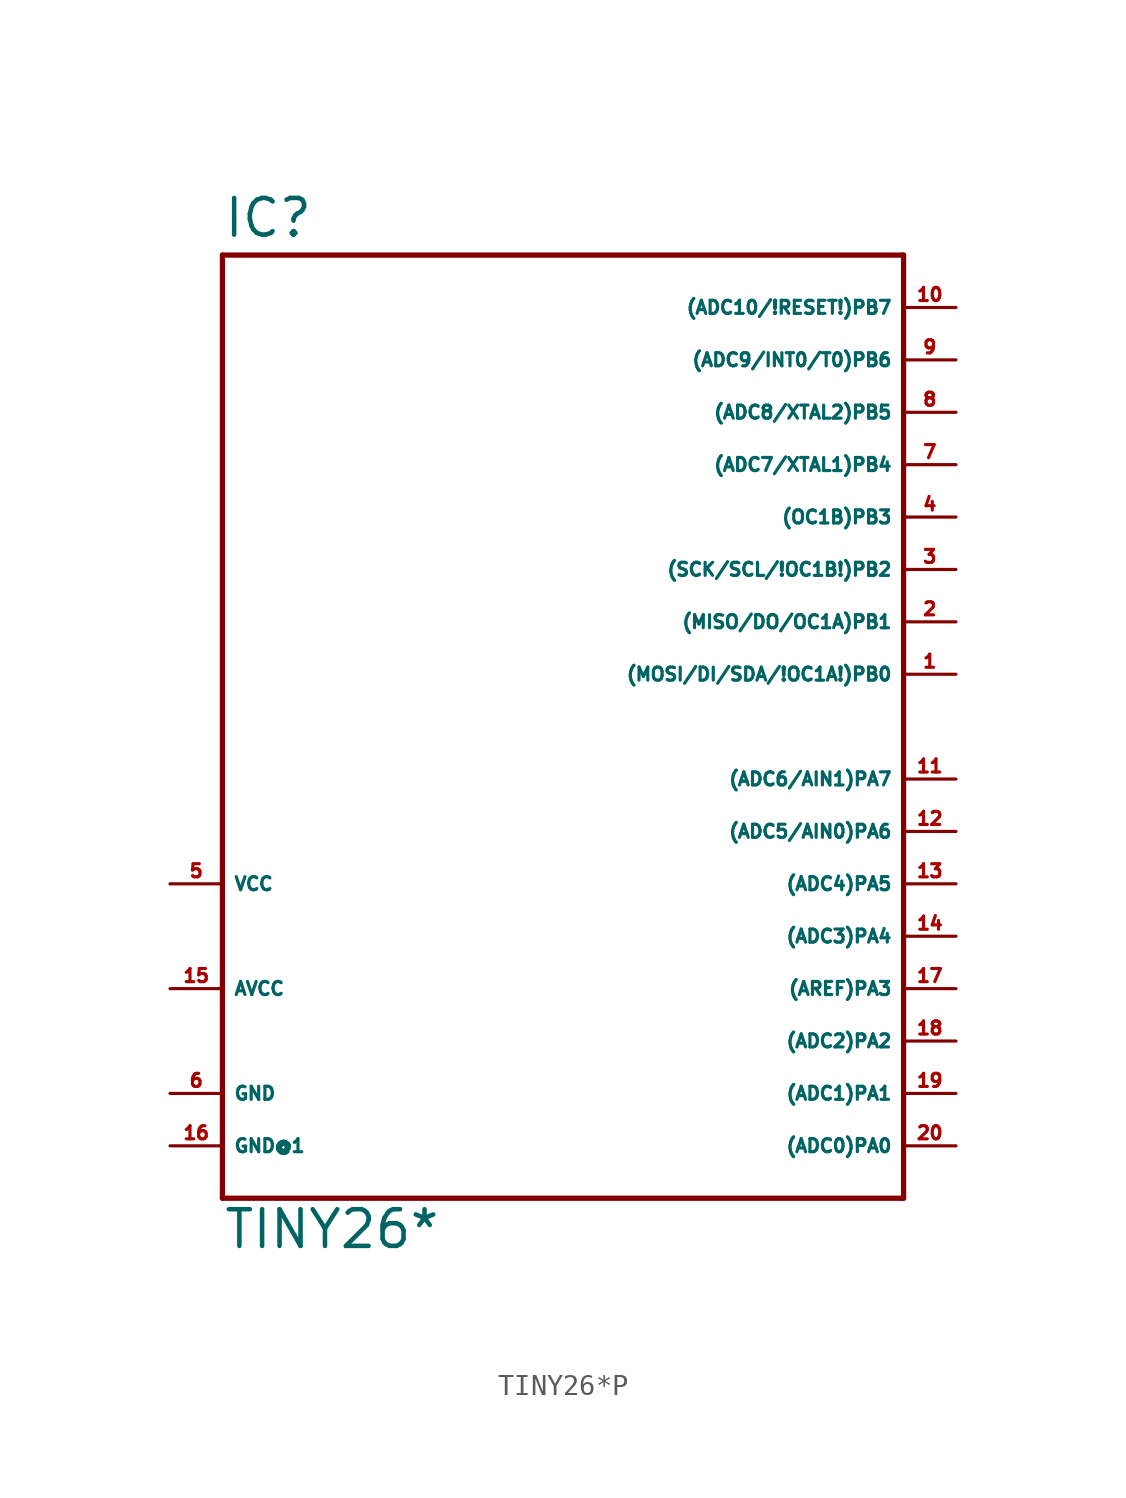
<source format=kicad_sym>
(kicad_symbol_lib
  (version 20220914)
  (generator Eagle2Kicad)
  (symbol "TINY26*P"
    (property "Reference" "IC"
      (at -17.78 23.622 0)
      (effects (font (size 1.778 1.778) (thickness 0.22)) (justify left bottom)))
    (property "Value" "TINY26*"
      (at -17.78 -25.4 0)
      (effects (font (size 1.778 1.778) (thickness 0.22)) (justify left bottom)))
    (polyline
      (pts (xy -17.78 22.86) (xy 15.24 22.86))
      (stroke (width 0.254) (type default))
      (fill (type none)))
    (polyline
      (pts (xy 15.24 22.86) (xy 15.24 -22.86))
      (stroke (width 0.254) (type default))
      (fill (type none)))
    (polyline
      (pts (xy 15.24 -22.86) (xy -17.78 -22.86))
      (stroke (width 0.254) (type default))
      (fill (type none)))
    (polyline
      (pts (xy -17.78 -22.86) (xy -17.78 22.86))
      (stroke (width 0.254) (type default))
      (fill (type none)))
    (pin bidirectional line
      (at 17.78 15.24 180)
      (length 2.54)
      (name "(ADC8/XTAL2)PB5" (effects (font (size 0.635 0.635) (thickness 0.08)) (justify left bottom)))
      (number "8" (effects (font (size 0.635 0.635) (thickness 0.08)) (justify left bottom))))
    (pin bidirectional line
      (at 17.78 12.7 180)
      (length 2.54)
      (name "(ADC7/XTAL1)PB4" (effects (font (size 0.635 0.635) (thickness 0.08)) (justify left bottom)))
      (number "7" (effects (font (size 0.635 0.635) (thickness 0.08)) (justify left bottom))))
    (pin bidirectional line
      (at 17.78 10.16 180)
      (length 2.54)
      (name "(OC1B)PB3" (effects (font (size 0.635 0.635) (thickness 0.08)) (justify left bottom)))
      (number "4" (effects (font (size 0.635 0.635) (thickness 0.08)) (justify left bottom))))
    (pin bidirectional line
      (at 17.78 7.62 180)
      (length 2.54)
      (name "(SCK/SCL/!OC1B!)PB2" (effects (font (size 0.635 0.635) (thickness 0.08)) (justify left bottom)))
      (number "3" (effects (font (size 0.635 0.635) (thickness 0.08)) (justify left bottom))))
    (pin bidirectional line
      (at 17.78 5.08 180)
      (length 2.54)
      (name "(MISO/DO/OC1A)PB1" (effects (font (size 0.635 0.635) (thickness 0.08)) (justify left bottom)))
      (number "2" (effects (font (size 0.635 0.635) (thickness 0.08)) (justify left bottom))))
    (pin bidirectional line
      (at 17.78 2.54 180)
      (length 2.54)
      (name "(MOSI/DI/SDA/!OC1A!)PB0" (effects (font (size 0.635 0.635) (thickness 0.08)) (justify left bottom)))
      (number "1" (effects (font (size 0.635 0.635) (thickness 0.08)) (justify left bottom))))
    (pin bidirectional line
      (at 17.78 -2.54 180)
      (length 2.54)
      (name "(ADC6/AIN1)PA7" (effects (font (size 0.635 0.635) (thickness 0.08)) (justify left bottom)))
      (number "11" (effects (font (size 0.635 0.635) (thickness 0.08)) (justify left bottom))))
    (pin bidirectional line
      (at 17.78 -5.08 180)
      (length 2.54)
      (name "(ADC5/AIN0)PA6" (effects (font (size 0.635 0.635) (thickness 0.08)) (justify left bottom)))
      (number "12" (effects (font (size 0.635 0.635) (thickness 0.08)) (justify left bottom))))
    (pin bidirectional line
      (at 17.78 -7.62 180)
      (length 2.54)
      (name "(ADC4)PA5" (effects (font (size 0.635 0.635) (thickness 0.08)) (justify left bottom)))
      (number "13" (effects (font (size 0.635 0.635) (thickness 0.08)) (justify left bottom))))
    (pin bidirectional line
      (at 17.78 -10.16 180)
      (length 2.54)
      (name "(ADC3)PA4" (effects (font (size 0.635 0.635) (thickness 0.08)) (justify left bottom)))
      (number "14" (effects (font (size 0.635 0.635) (thickness 0.08)) (justify left bottom))))
    (pin bidirectional line
      (at 17.78 -12.7 180)
      (length 2.54)
      (name "(AREF)PA3" (effects (font (size 0.635 0.635) (thickness 0.08)) (justify left bottom)))
      (number "17" (effects (font (size 0.635 0.635) (thickness 0.08)) (justify left bottom))))
    (pin bidirectional line
      (at 17.78 -15.24 180)
      (length 2.54)
      (name "(ADC2)PA2" (effects (font (size 0.635 0.635) (thickness 0.08)) (justify left bottom)))
      (number "18" (effects (font (size 0.635 0.635) (thickness 0.08)) (justify left bottom))))
    (pin bidirectional line
      (at 17.78 -17.78 180)
      (length 2.54)
      (name "(ADC1)PA1" (effects (font (size 0.635 0.635) (thickness 0.08)) (justify left bottom)))
      (number "19" (effects (font (size 0.635 0.635) (thickness 0.08)) (justify left bottom))))
    (pin bidirectional line
      (at 17.78 -20.32 180)
      (length 2.54)
      (name "(ADC0)PA0" (effects (font (size 0.635 0.635) (thickness 0.08)) (justify left bottom)))
      (number "20" (effects (font (size 0.635 0.635) (thickness 0.08)) (justify left bottom))))
    (pin unspecified line
      (at -20.32 -17.78 0)
      (length 2.54)
      (name "GND" (effects (font (size 0.635 0.635) (thickness 0.08)) (justify left bottom)))
      (number "6" (effects (font (size 0.635 0.635) (thickness 0.08)) (justify left bottom))))
    (pin unspecified line
      (at -20.32 -7.62 0)
      (length 2.54)
      (name "VCC" (effects (font (size 0.635 0.635) (thickness 0.08)) (justify left bottom)))
      (number "5" (effects (font (size 0.635 0.635) (thickness 0.08)) (justify left bottom))))
    (pin unspecified line
      (at -20.32 -12.7 0)
      (length 2.54)
      (name "AVCC" (effects (font (size 0.635 0.635) (thickness 0.08)) (justify left bottom)))
      (number "15" (effects (font (size 0.635 0.635) (thickness 0.08)) (justify left bottom))))
    (pin bidirectional line
      (at 17.78 20.32 180)
      (length 2.54)
      (name "(ADC10/!RESET!)PB7" (effects (font (size 0.635 0.635) (thickness 0.08)) (justify left bottom)))
      (number "10" (effects (font (size 0.635 0.635) (thickness 0.08)) (justify left bottom))))
    (pin bidirectional line
      (at 17.78 17.78 180)
      (length 2.54)
      (name "(ADC9/INT0/T0)PB6" (effects (font (size 0.635 0.635) (thickness 0.08)) (justify left bottom)))
      (number "9" (effects (font (size 0.635 0.635) (thickness 0.08)) (justify left bottom))))
    (pin unspecified line
      (at -20.32 -20.32 0)
      (length 2.54)
      (name "GND@1" (effects (font (size 0.635 0.635) (thickness 0.08)) (justify left bottom)))
      (number "16" (effects (font (size 0.635 0.635) (thickness 0.08)) (justify left bottom))))))
</source>
